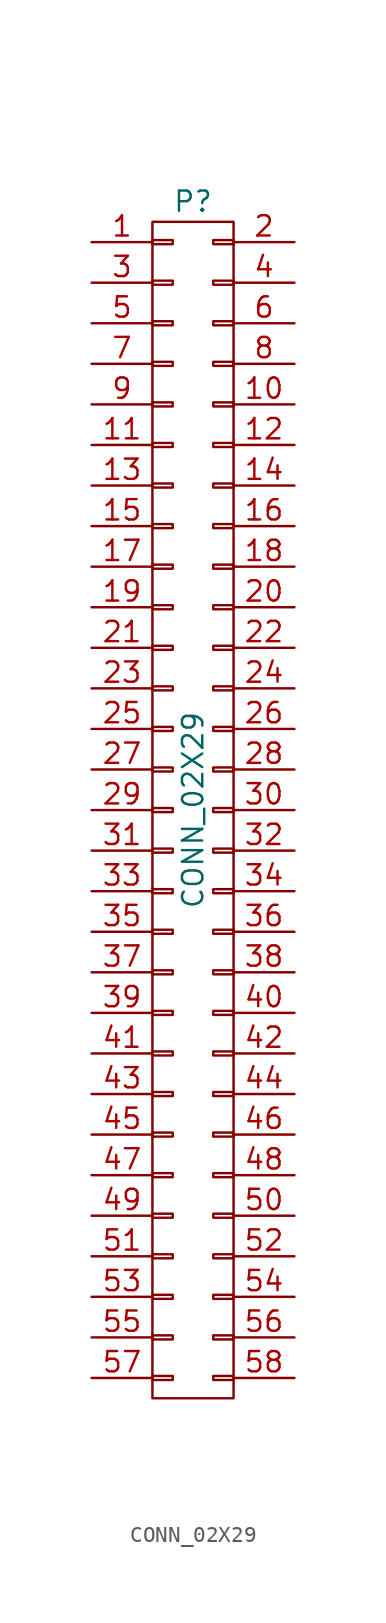
<source format=kicad_sym>
(kicad_symbol_lib
  (version 20211014)
  (generator kicad_symbol_editor)
  (symbol "CONN_02X29"
    (pin_names
      (offset 0.025) hide)
    (property "Reference" "P"
      (at 0 38.1 0)
      (effects (font (size 1.27 1.27))))
    (property "Value" "CONN_02X29"
      (at 0 0 90)
      (effects (font (size 1.27 1.27))))
    (property "Footprint" ""
      (at 0 -13.97 0)
      (effects (font (size 1.27 1.27))))
    (property "Datasheet" ""
      (at 0 -13.97 0)
      (effects (font (size 1.27 1.27))))
    (symbol "CONN_02X29_0_1"
      (rectangle (start -2.54 -35.433) (end -1.27 -35.687) (stroke (width 0) (type default) (color 0 0 0 0)) (fill (type none)))
      (rectangle (start -2.54 -32.893) (end -1.27 -33.147) (stroke (width 0) (type default) (color 0 0 0 0)) (fill (type none)))
      (rectangle (start -2.54 -30.353) (end -1.27 -30.607) (stroke (width 0) (type default) (color 0 0 0 0)) (fill (type none)))
      (rectangle (start -2.54 -27.813) (end -1.27 -28.067) (stroke (width 0) (type default) (color 0 0 0 0)) (fill (type none)))
      (rectangle (start -2.54 -25.273) (end -1.27 -25.527) (stroke (width 0) (type default) (color 0 0 0 0)) (fill (type none)))
      (rectangle (start -2.54 -22.733) (end -1.27 -22.987) (stroke (width 0) (type default) (color 0 0 0 0)) (fill (type none)))
      (rectangle (start -2.54 -20.193) (end -1.27 -20.447) (stroke (width 0) (type default) (color 0 0 0 0)) (fill (type none)))
      (rectangle (start -2.54 -17.653) (end -1.27 -17.907) (stroke (width 0) (type default) (color 0 0 0 0)) (fill (type none)))
      (rectangle (start -2.54 -15.113) (end -1.27 -15.367) (stroke (width 0) (type default) (color 0 0 0 0)) (fill (type none)))
      (rectangle (start -2.54 -12.573) (end -1.27 -12.827) (stroke (width 0) (type default) (color 0 0 0 0)) (fill (type none)))
      (rectangle (start -2.54 -10.033) (end -1.27 -10.287) (stroke (width 0) (type default) (color 0 0 0 0)) (fill (type none)))
      (rectangle (start -2.54 -7.493) (end -1.27 -7.747) (stroke (width 0) (type default) (color 0 0 0 0)) (fill (type none)))
      (rectangle (start -2.54 -4.953) (end -1.27 -5.207) (stroke (width 0) (type default) (color 0 0 0 0)) (fill (type none)))
      (rectangle (start -2.54 -2.413) (end -1.27 -2.667) (stroke (width 0) (type default) (color 0 0 0 0)) (fill (type none)))
      (rectangle (start -2.54 0.127) (end -1.27 -0.127) (stroke (width 0) (type default) (color 0 0 0 0)) (fill (type none)))
      (rectangle (start -2.54 2.667) (end -1.27 2.413) (stroke (width 0) (type default) (color 0 0 0 0)) (fill (type none)))
      (rectangle (start -2.54 5.207) (end -1.27 4.953) (stroke (width 0) (type default) (color 0 0 0 0)) (fill (type none)))
      (rectangle (start -2.54 7.747) (end -1.27 7.493) (stroke (width 0) (type default) (color 0 0 0 0)) (fill (type none)))
      (rectangle (start -2.54 10.287) (end -1.27 10.033) (stroke (width 0) (type default) (color 0 0 0 0)) (fill (type none)))
      (rectangle (start -2.54 12.827) (end -1.27 12.573) (stroke (width 0) (type default) (color 0 0 0 0)) (fill (type none)))
      (rectangle (start -2.54 15.367) (end -1.27 15.113) (stroke (width 0) (type default) (color 0 0 0 0)) (fill (type none)))
      (rectangle (start -2.54 17.907) (end -1.27 17.653) (stroke (width 0) (type default) (color 0 0 0 0)) (fill (type none)))
      (rectangle (start -2.54 20.447) (end -1.27 20.193) (stroke (width 0) (type default) (color 0 0 0 0)) (fill (type none)))
      (rectangle (start -2.54 22.987) (end -1.27 22.733) (stroke (width 0) (type default) (color 0 0 0 0)) (fill (type none)))
      (rectangle (start -2.54 25.527) (end -1.27 25.273) (stroke (width 0) (type default) (color 0 0 0 0)) (fill (type none)))
      (rectangle (start -2.54 28.067) (end -1.27 27.813) (stroke (width 0) (type default) (color 0 0 0 0)) (fill (type none)))
      (rectangle (start -2.54 30.607) (end -1.27 30.353) (stroke (width 0) (type default) (color 0 0 0 0)) (fill (type none)))
      (rectangle (start -2.54 33.147) (end -1.27 32.893) (stroke (width 0) (type default) (color 0 0 0 0)) (fill (type none)))
      (rectangle (start -2.54 35.687) (end -1.27 35.433) (stroke (width 0) (type default) (color 0 0 0 0)) (fill (type none)))
      (rectangle (start -2.54 36.83) (end 2.54 -36.83) (stroke (width 0) (type default) (color 0 0 0 0)) (fill (type none)))
      (rectangle (start 1.27 -35.433) (end 2.54 -35.687) (stroke (width 0) (type default) (color 0 0 0 0)) (fill (type none)))
      (rectangle (start 1.27 -32.893) (end 2.54 -33.147) (stroke (width 0) (type default) (color 0 0 0 0)) (fill (type none)))
      (rectangle (start 1.27 -30.353) (end 2.54 -30.607) (stroke (width 0) (type default) (color 0 0 0 0)) (fill (type none)))
      (rectangle (start 1.27 -27.813) (end 2.54 -28.067) (stroke (width 0) (type default) (color 0 0 0 0)) (fill (type none)))
      (rectangle (start 1.27 -25.273) (end 2.54 -25.527) (stroke (width 0) (type default) (color 0 0 0 0)) (fill (type none)))
      (rectangle (start 1.27 -22.733) (end 2.54 -22.987) (stroke (width 0) (type default) (color 0 0 0 0)) (fill (type none)))
      (rectangle (start 1.27 -20.193) (end 2.54 -20.447) (stroke (width 0) (type default) (color 0 0 0 0)) (fill (type none)))
      (rectangle (start 1.27 -17.653) (end 2.54 -17.907) (stroke (width 0) (type default) (color 0 0 0 0)) (fill (type none)))
      (rectangle (start 1.27 -15.113) (end 2.54 -15.367) (stroke (width 0) (type default) (color 0 0 0 0)) (fill (type none)))
      (rectangle (start 1.27 -12.573) (end 2.54 -12.827) (stroke (width 0) (type default) (color 0 0 0 0)) (fill (type none)))
      (rectangle (start 1.27 -10.033) (end 2.54 -10.287) (stroke (width 0) (type default) (color 0 0 0 0)) (fill (type none)))
      (rectangle (start 1.27 -7.493) (end 2.54 -7.747) (stroke (width 0) (type default) (color 0 0 0 0)) (fill (type none)))
      (rectangle (start 1.27 -4.953) (end 2.54 -5.207) (stroke (width 0) (type default) (color 0 0 0 0)) (fill (type none)))
      (rectangle (start 1.27 -2.413) (end 2.54 -2.667) (stroke (width 0) (type default) (color 0 0 0 0)) (fill (type none)))
      (rectangle (start 1.27 0.127) (end 2.54 -0.127) (stroke (width 0) (type default) (color 0 0 0 0)) (fill (type none)))
      (rectangle (start 1.27 2.667) (end 2.54 2.413) (stroke (width 0) (type default) (color 0 0 0 0)) (fill (type none)))
      (rectangle (start 1.27 5.207) (end 2.54 4.953) (stroke (width 0) (type default) (color 0 0 0 0)) (fill (type none)))
      (rectangle (start 1.27 7.747) (end 2.54 7.493) (stroke (width 0) (type default) (color 0 0 0 0)) (fill (type none)))
      (rectangle (start 1.27 10.287) (end 2.54 10.033) (stroke (width 0) (type default) (color 0 0 0 0)) (fill (type none)))
      (rectangle (start 1.27 12.827) (end 2.54 12.573) (stroke (width 0) (type default) (color 0 0 0 0)) (fill (type none)))
      (rectangle (start 1.27 15.367) (end 2.54 15.113) (stroke (width 0) (type default) (color 0 0 0 0)) (fill (type none)))
      (rectangle (start 1.27 17.907) (end 2.54 17.653) (stroke (width 0) (type default) (color 0 0 0 0)) (fill (type none)))
      (rectangle (start 1.27 20.447) (end 2.54 20.193) (stroke (width 0) (type default) (color 0 0 0 0)) (fill (type none)))
      (rectangle (start 1.27 22.987) (end 2.54 22.733) (stroke (width 0) (type default) (color 0 0 0 0)) (fill (type none)))
      (rectangle (start 1.27 25.527) (end 2.54 25.273) (stroke (width 0) (type default) (color 0 0 0 0)) (fill (type none)))
      (rectangle (start 1.27 28.067) (end 2.54 27.813) (stroke (width 0) (type default) (color 0 0 0 0)) (fill (type none)))
      (rectangle (start 1.27 30.607) (end 2.54 30.353) (stroke (width 0) (type default) (color 0 0 0 0)) (fill (type none)))
      (rectangle (start 1.27 33.147) (end 2.54 32.893) (stroke (width 0) (type default) (color 0 0 0 0)) (fill (type none)))
      (rectangle (start 1.27 35.687) (end 2.54 35.433) (stroke (width 0) (type default) (color 0 0 0 0)) (fill (type none))))
    (symbol "CONN_02X29_1_1"
      (pin passive line (at -6.35 35.56 0) (length 3.81) (name "P1" (effects (font (size 1.27 1.27)))) (number "1" (effects (font (size 1.27 1.27)))))
      (pin passive line (at 6.35 25.4 180) (length 3.81) (name "P10" (effects (font (size 1.27 1.27)))) (number "10" (effects (font (size 1.27 1.27)))))
      (pin passive line (at -6.35 22.86 0) (length 3.81) (name "P11" (effects (font (size 1.27 1.27)))) (number "11" (effects (font (size 1.27 1.27)))))
      (pin passive line (at 6.35 22.86 180) (length 3.81) (name "P12" (effects (font (size 1.27 1.27)))) (number "12" (effects (font (size 1.27 1.27)))))
      (pin passive line (at -6.35 20.32 0) (length 3.81) (name "P13" (effects (font (size 1.27 1.27)))) (number "13" (effects (font (size 1.27 1.27)))))
      (pin passive line (at 6.35 20.32 180) (length 3.81) (name "P14" (effects (font (size 1.27 1.27)))) (number "14" (effects (font (size 1.27 1.27)))))
      (pin passive line (at -6.35 17.78 0) (length 3.81) (name "P15" (effects (font (size 1.27 1.27)))) (number "15" (effects (font (size 1.27 1.27)))))
      (pin passive line (at 6.35 17.78 180) (length 3.81) (name "P16" (effects (font (size 1.27 1.27)))) (number "16" (effects (font (size 1.27 1.27)))))
      (pin passive line (at -6.35 15.24 0) (length 3.81) (name "P17" (effects (font (size 1.27 1.27)))) (number "17" (effects (font (size 1.27 1.27)))))
      (pin passive line (at 6.35 15.24 180) (length 3.81) (name "P18" (effects (font (size 1.27 1.27)))) (number "18" (effects (font (size 1.27 1.27)))))
      (pin passive line (at -6.35 12.7 0) (length 3.81) (name "P19" (effects (font (size 1.27 1.27)))) (number "19" (effects (font (size 1.27 1.27)))))
      (pin passive line (at 6.35 35.56 180) (length 3.81) (name "P2" (effects (font (size 1.27 1.27)))) (number "2" (effects (font (size 1.27 1.27)))))
      (pin passive line (at 6.35 12.7 180) (length 3.81) (name "P20" (effects (font (size 1.27 1.27)))) (number "20" (effects (font (size 1.27 1.27)))))
      (pin passive line (at -6.35 10.16 0) (length 3.81) (name "P21" (effects (font (size 1.27 1.27)))) (number "21" (effects (font (size 1.27 1.27)))))
      (pin passive line (at 6.35 10.16 180) (length 3.81) (name "P22" (effects (font (size 1.27 1.27)))) (number "22" (effects (font (size 1.27 1.27)))))
      (pin passive line (at -6.35 7.62 0) (length 3.81) (name "P23" (effects (font (size 1.27 1.27)))) (number "23" (effects (font (size 1.27 1.27)))))
      (pin passive line (at 6.35 7.62 180) (length 3.81) (name "P24" (effects (font (size 1.27 1.27)))) (number "24" (effects (font (size 1.27 1.27)))))
      (pin passive line (at -6.35 5.08 0) (length 3.81) (name "P25" (effects (font (size 1.27 1.27)))) (number "25" (effects (font (size 1.27 1.27)))))
      (pin passive line (at 6.35 5.08 180) (length 3.81) (name "P26" (effects (font (size 1.27 1.27)))) (number "26" (effects (font (size 1.27 1.27)))))
      (pin passive line (at -6.35 2.54 0) (length 3.81) (name "P27" (effects (font (size 1.27 1.27)))) (number "27" (effects (font (size 1.27 1.27)))))
      (pin passive line (at 6.35 2.54 180) (length 3.81) (name "P28" (effects (font (size 1.27 1.27)))) (number "28" (effects (font (size 1.27 1.27)))))
      (pin passive line (at -6.35 0 0) (length 3.81) (name "P29" (effects (font (size 1.27 1.27)))) (number "29" (effects (font (size 1.27 1.27)))))
      (pin passive line (at -6.35 33.02 0) (length 3.81) (name "P3" (effects (font (size 1.27 1.27)))) (number "3" (effects (font (size 1.27 1.27)))))
      (pin passive line (at 6.35 0 180) (length 3.81) (name "P30" (effects (font (size 1.27 1.27)))) (number "30" (effects (font (size 1.27 1.27)))))
      (pin passive line (at -6.35 -2.54 0) (length 3.81) (name "P31" (effects (font (size 1.27 1.27)))) (number "31" (effects (font (size 1.27 1.27)))))
      (pin passive line (at 6.35 -2.54 180) (length 3.81) (name "P32" (effects (font (size 1.27 1.27)))) (number "32" (effects (font (size 1.27 1.27)))))
      (pin passive line (at -6.35 -5.08 0) (length 3.81) (name "P33" (effects (font (size 1.27 1.27)))) (number "33" (effects (font (size 1.27 1.27)))))
      (pin passive line (at 6.35 -5.08 180) (length 3.81) (name "P34" (effects (font (size 1.27 1.27)))) (number "34" (effects (font (size 1.27 1.27)))))
      (pin passive line (at -6.35 -7.62 0) (length 3.81) (name "P35" (effects (font (size 1.27 1.27)))) (number "35" (effects (font (size 1.27 1.27)))))
      (pin passive line (at 6.35 -7.62 180) (length 3.81) (name "P36" (effects (font (size 1.27 1.27)))) (number "36" (effects (font (size 1.27 1.27)))))
      (pin passive line (at -6.35 -10.16 0) (length 3.81) (name "P37" (effects (font (size 1.27 1.27)))) (number "37" (effects (font (size 1.27 1.27)))))
      (pin passive line (at 6.35 -10.16 180) (length 3.81) (name "P38" (effects (font (size 1.27 1.27)))) (number "38" (effects (font (size 1.27 1.27)))))
      (pin passive line (at -6.35 -12.7 0) (length 3.81) (name "P39" (effects (font (size 1.27 1.27)))) (number "39" (effects (font (size 1.27 1.27)))))
      (pin passive line (at 6.35 33.02 180) (length 3.81) (name "P4" (effects (font (size 1.27 1.27)))) (number "4" (effects (font (size 1.27 1.27)))))
      (pin passive line (at 6.35 -12.7 180) (length 3.81) (name "P40" (effects (font (size 1.27 1.27)))) (number "40" (effects (font (size 1.27 1.27)))))
      (pin passive line (at -6.35 -15.24 0) (length 3.81) (name "P41" (effects (font (size 1.27 1.27)))) (number "41" (effects (font (size 1.27 1.27)))))
      (pin passive line (at 6.35 -15.24 180) (length 3.81) (name "P42" (effects (font (size 1.27 1.27)))) (number "42" (effects (font (size 1.27 1.27)))))
      (pin passive line (at -6.35 -17.78 0) (length 3.81) (name "P43" (effects (font (size 1.27 1.27)))) (number "43" (effects (font (size 1.27 1.27)))))
      (pin passive line (at 6.35 -17.78 180) (length 3.81) (name "P44" (effects (font (size 1.27 1.27)))) (number "44" (effects (font (size 1.27 1.27)))))
      (pin passive line (at -6.35 -20.32 0) (length 3.81) (name "P45" (effects (font (size 1.27 1.27)))) (number "45" (effects (font (size 1.27 1.27)))))
      (pin passive line (at 6.35 -20.32 180) (length 3.81) (name "P46" (effects (font (size 1.27 1.27)))) (number "46" (effects (font (size 1.27 1.27)))))
      (pin passive line (at -6.35 -22.86 0) (length 3.81) (name "P47" (effects (font (size 1.27 1.27)))) (number "47" (effects (font (size 1.27 1.27)))))
      (pin passive line (at 6.35 -22.86 180) (length 3.81) (name "P48" (effects (font (size 1.27 1.27)))) (number "48" (effects (font (size 1.27 1.27)))))
      (pin passive line (at -6.35 -25.4 0) (length 3.81) (name "P49" (effects (font (size 1.27 1.27)))) (number "49" (effects (font (size 1.27 1.27)))))
      (pin passive line (at -6.35 30.48 0) (length 3.81) (name "P5" (effects (font (size 1.27 1.27)))) (number "5" (effects (font (size 1.27 1.27)))))
      (pin passive line (at 6.35 -25.4 180) (length 3.81) (name "P50" (effects (font (size 1.27 1.27)))) (number "50" (effects (font (size 1.27 1.27)))))
      (pin passive line (at -6.35 -27.94 0) (length 3.81) (name "P51" (effects (font (size 1.27 1.27)))) (number "51" (effects (font (size 1.27 1.27)))))
      (pin passive line (at 6.35 -27.94 180) (length 3.81) (name "P52" (effects (font (size 1.27 1.27)))) (number "52" (effects (font (size 1.27 1.27)))))
      (pin passive line (at -6.35 -30.48 0) (length 3.81) (name "P53" (effects (font (size 1.27 1.27)))) (number "53" (effects (font (size 1.27 1.27)))))
      (pin passive line (at 6.35 -30.48 180) (length 3.81) (name "P54" (effects (font (size 1.27 1.27)))) (number "54" (effects (font (size 1.27 1.27)))))
      (pin passive line (at -6.35 -33.02 0) (length 3.81) (name "P55" (effects (font (size 1.27 1.27)))) (number "55" (effects (font (size 1.27 1.27)))))
      (pin passive line (at 6.35 -33.02 180) (length 3.81) (name "P56" (effects (font (size 1.27 1.27)))) (number "56" (effects (font (size 1.27 1.27)))))
      (pin passive line (at -6.35 -35.56 0) (length 3.81) (name "P57" (effects (font (size 1.27 1.27)))) (number "57" (effects (font (size 1.27 1.27)))))
      (pin passive line (at 6.35 -35.56 180) (length 3.81) (name "P58" (effects (font (size 1.27 1.27)))) (number "58" (effects (font (size 1.27 1.27)))))
      (pin passive line (at 6.35 30.48 180) (length 3.81) (name "P6" (effects (font (size 1.27 1.27)))) (number "6" (effects (font (size 1.27 1.27)))))
      (pin passive line (at -6.35 27.94 0) (length 3.81) (name "P7" (effects (font (size 1.27 1.27)))) (number "7" (effects (font (size 1.27 1.27)))))
      (pin passive line (at 6.35 27.94 180) (length 3.81) (name "P8" (effects (font (size 1.27 1.27)))) (number "8" (effects (font (size 1.27 1.27)))))
      (pin passive line (at -6.35 25.4 0) (length 3.81) (name "P9" (effects (font (size 1.27 1.27)))) (number "9" (effects (font (size 1.27 1.27))))))))
</source>
